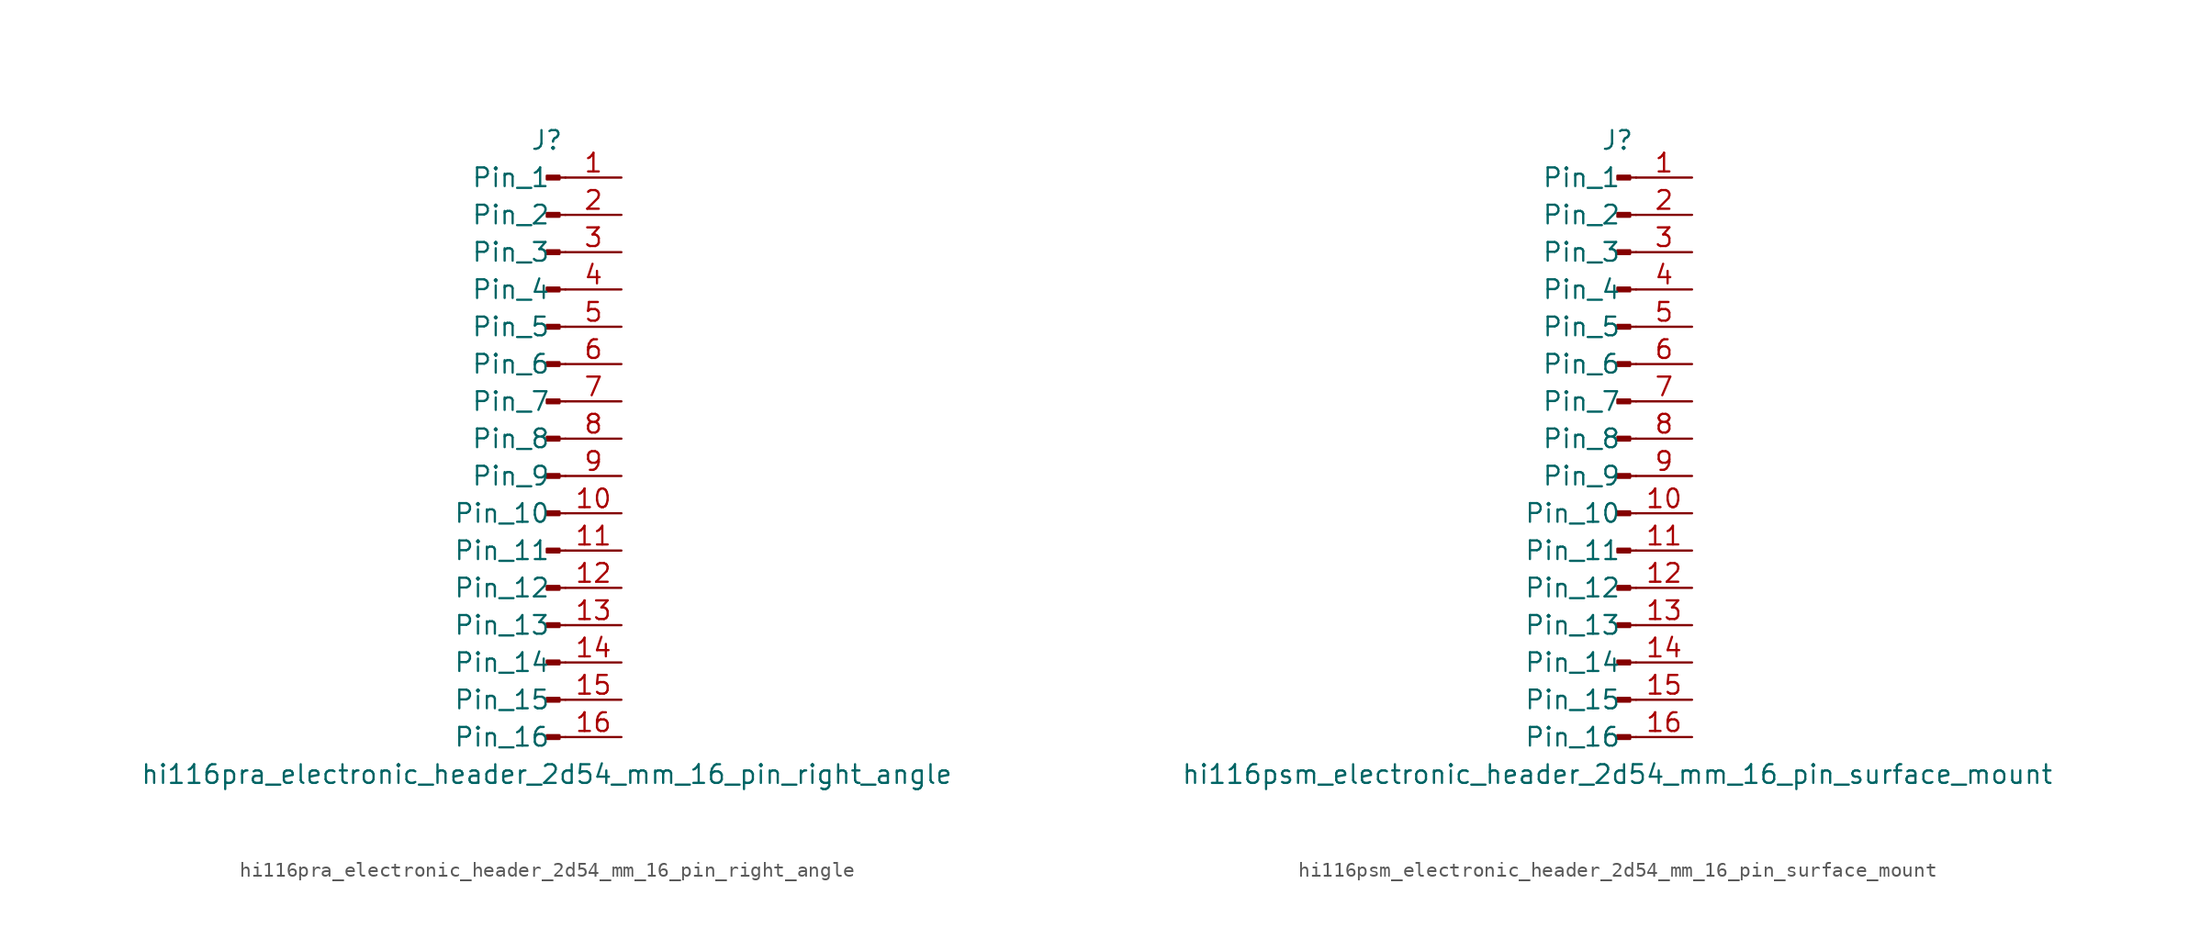
<source format=kicad_sym>
(kicad_symbol_lib
  (version 20220914)
  (generator kicad_symbol_editor)
  (symbol "hi116pra_electronic_header_2d54_mm_16_pin_right_angle"
    (pin_names
      (offset 1.016))
    (property "Reference" "J"
      (at 0 20.32 0)
      (effects (font (size 1.27 1.27))))
    (property "Value" "hi116pra_electronic_header_2d54_mm_16_pin_right_angle"
      (at 0 -22.86 0)
      (effects (font (size 1.27 1.27))))
    (property "ki_locked" ""
      (at 0 0 0)
      (effects (font (size 1.27 1.27))))
    (symbol "hi116pra_electronic_header_2d54_mm_16_pin_right_angle_1_1"
      (polyline (pts (xy 1.27 -20.32) (xy 0.864 -20.32)) (stroke (width 0.152) (type default)) (fill (type none)))
      (polyline (pts (xy 1.27 -17.78) (xy 0.864 -17.78)) (stroke (width 0.152) (type default)) (fill (type none)))
      (polyline (pts (xy 1.27 -15.24) (xy 0.864 -15.24)) (stroke (width 0.152) (type default)) (fill (type none)))
      (polyline (pts (xy 1.27 -12.7) (xy 0.864 -12.7)) (stroke (width 0.152) (type default)) (fill (type none)))
      (polyline (pts (xy 1.27 -10.16) (xy 0.864 -10.16)) (stroke (width 0.152) (type default)) (fill (type none)))
      (polyline (pts (xy 1.27 -7.62) (xy 0.864 -7.62)) (stroke (width 0.152) (type default)) (fill (type none)))
      (polyline (pts (xy 1.27 -5.08) (xy 0.864 -5.08)) (stroke (width 0.152) (type default)) (fill (type none)))
      (polyline (pts (xy 1.27 -2.54) (xy 0.864 -2.54)) (stroke (width 0.152) (type default)) (fill (type none)))
      (polyline (pts (xy 1.27 0) (xy 0.864 0)) (stroke (width 0.152) (type default)) (fill (type none)))
      (polyline (pts (xy 1.27 2.54) (xy 0.864 2.54)) (stroke (width 0.152) (type default)) (fill (type none)))
      (polyline (pts (xy 1.27 5.08) (xy 0.864 5.08)) (stroke (width 0.152) (type default)) (fill (type none)))
      (polyline (pts (xy 1.27 7.62) (xy 0.864 7.62)) (stroke (width 0.152) (type default)) (fill (type none)))
      (polyline (pts (xy 1.27 10.16) (xy 0.864 10.16)) (stroke (width 0.152) (type default)) (fill (type none)))
      (polyline (pts (xy 1.27 12.7) (xy 0.864 12.7)) (stroke (width 0.152) (type default)) (fill (type none)))
      (polyline (pts (xy 1.27 15.24) (xy 0.864 15.24)) (stroke (width 0.152) (type default)) (fill (type none)))
      (polyline (pts (xy 1.27 17.78) (xy 0.864 17.78)) (stroke (width 0.152) (type default)) (fill (type none)))
      (rectangle (start 0.864 -20.193) (end 0 -20.447) (stroke (width 0.152) (type default)) (fill (type outline)))
      (rectangle (start 0.864 -17.653) (end 0 -17.907) (stroke (width 0.152) (type default)) (fill (type outline)))
      (rectangle (start 0.864 -15.113) (end 0 -15.367) (stroke (width 0.152) (type default)) (fill (type outline)))
      (rectangle (start 0.864 -12.573) (end 0 -12.827) (stroke (width 0.152) (type default)) (fill (type outline)))
      (rectangle (start 0.864 -10.033) (end 0 -10.287) (stroke (width 0.152) (type default)) (fill (type outline)))
      (rectangle (start 0.864 -7.493) (end 0 -7.747) (stroke (width 0.152) (type default)) (fill (type outline)))
      (rectangle (start 0.864 -4.953) (end 0 -5.207) (stroke (width 0.152) (type default)) (fill (type outline)))
      (rectangle (start 0.864 -2.413) (end 0 -2.667) (stroke (width 0.152) (type default)) (fill (type outline)))
      (rectangle (start 0.864 0.127) (end 0 -0.127) (stroke (width 0.152) (type default)) (fill (type outline)))
      (rectangle (start 0.864 2.667) (end 0 2.413) (stroke (width 0.152) (type default)) (fill (type outline)))
      (rectangle (start 0.864 5.207) (end 0 4.953) (stroke (width 0.152) (type default)) (fill (type outline)))
      (rectangle (start 0.864 7.747) (end 0 7.493) (stroke (width 0.152) (type default)) (fill (type outline)))
      (rectangle (start 0.864 10.287) (end 0 10.033) (stroke (width 0.152) (type default)) (fill (type outline)))
      (rectangle (start 0.864 12.827) (end 0 12.573) (stroke (width 0.152) (type default)) (fill (type outline)))
      (rectangle (start 0.864 15.367) (end 0 15.113) (stroke (width 0.152) (type default)) (fill (type outline)))
      (rectangle (start 0.864 17.907) (end 0 17.653) (stroke (width 0.152) (type default)) (fill (type outline)))
      (pin passive line (at 5.08 17.78 180) (length 3.81) (name "Pin_1" (effects (font (size 1.27 1.27)))) (number "1" (effects (font (size 1.27 1.27)))))
      (pin passive line (at 5.08 -5.08 180) (length 3.81) (name "Pin_10" (effects (font (size 1.27 1.27)))) (number "10" (effects (font (size 1.27 1.27)))))
      (pin passive line (at 5.08 -7.62 180) (length 3.81) (name "Pin_11" (effects (font (size 1.27 1.27)))) (number "11" (effects (font (size 1.27 1.27)))))
      (pin passive line (at 5.08 -10.16 180) (length 3.81) (name "Pin_12" (effects (font (size 1.27 1.27)))) (number "12" (effects (font (size 1.27 1.27)))))
      (pin passive line (at 5.08 -12.7 180) (length 3.81) (name "Pin_13" (effects (font (size 1.27 1.27)))) (number "13" (effects (font (size 1.27 1.27)))))
      (pin passive line (at 5.08 -15.24 180) (length 3.81) (name "Pin_14" (effects (font (size 1.27 1.27)))) (number "14" (effects (font (size 1.27 1.27)))))
      (pin passive line (at 5.08 -17.78 180) (length 3.81) (name "Pin_15" (effects (font (size 1.27 1.27)))) (number "15" (effects (font (size 1.27 1.27)))))
      (pin passive line (at 5.08 -20.32 180) (length 3.81) (name "Pin_16" (effects (font (size 1.27 1.27)))) (number "16" (effects (font (size 1.27 1.27)))))
      (pin passive line (at 5.08 15.24 180) (length 3.81) (name "Pin_2" (effects (font (size 1.27 1.27)))) (number "2" (effects (font (size 1.27 1.27)))))
      (pin passive line (at 5.08 12.7 180) (length 3.81) (name "Pin_3" (effects (font (size 1.27 1.27)))) (number "3" (effects (font (size 1.27 1.27)))))
      (pin passive line (at 5.08 10.16 180) (length 3.81) (name "Pin_4" (effects (font (size 1.27 1.27)))) (number "4" (effects (font (size 1.27 1.27)))))
      (pin passive line (at 5.08 7.62 180) (length 3.81) (name "Pin_5" (effects (font (size 1.27 1.27)))) (number "5" (effects (font (size 1.27 1.27)))))
      (pin passive line (at 5.08 5.08 180) (length 3.81) (name "Pin_6" (effects (font (size 1.27 1.27)))) (number "6" (effects (font (size 1.27 1.27)))))
      (pin passive line (at 5.08 2.54 180) (length 3.81) (name "Pin_7" (effects (font (size 1.27 1.27)))) (number "7" (effects (font (size 1.27 1.27)))))
      (pin passive line (at 5.08 0 180) (length 3.81) (name "Pin_8" (effects (font (size 1.27 1.27)))) (number "8" (effects (font (size 1.27 1.27)))))
      (pin passive line (at 5.08 -2.54 180) (length 3.81) (name "Pin_9" (effects (font (size 1.27 1.27)))) (number "9" (effects (font (size 1.27 1.27)))))))
  (symbol "hi116psm_electronic_header_2d54_mm_16_pin_surface_mount"
    (pin_names
      (offset 1.016))
    (property "Reference" "J"
      (at 0 20.32 0)
      (effects (font (size 1.27 1.27))))
    (property "Value" "hi116psm_electronic_header_2d54_mm_16_pin_surface_mount"
      (at 0 -22.86 0)
      (effects (font (size 1.27 1.27))))
    (property "ki_locked" ""
      (at 0 0 0)
      (effects (font (size 1.27 1.27))))
    (symbol "hi116psm_electronic_header_2d54_mm_16_pin_surface_mount_1_1"
      (polyline (pts (xy 1.27 -20.32) (xy 0.864 -20.32)) (stroke (width 0.152) (type default)) (fill (type none)))
      (polyline (pts (xy 1.27 -17.78) (xy 0.864 -17.78)) (stroke (width 0.152) (type default)) (fill (type none)))
      (polyline (pts (xy 1.27 -15.24) (xy 0.864 -15.24)) (stroke (width 0.152) (type default)) (fill (type none)))
      (polyline (pts (xy 1.27 -12.7) (xy 0.864 -12.7)) (stroke (width 0.152) (type default)) (fill (type none)))
      (polyline (pts (xy 1.27 -10.16) (xy 0.864 -10.16)) (stroke (width 0.152) (type default)) (fill (type none)))
      (polyline (pts (xy 1.27 -7.62) (xy 0.864 -7.62)) (stroke (width 0.152) (type default)) (fill (type none)))
      (polyline (pts (xy 1.27 -5.08) (xy 0.864 -5.08)) (stroke (width 0.152) (type default)) (fill (type none)))
      (polyline (pts (xy 1.27 -2.54) (xy 0.864 -2.54)) (stroke (width 0.152) (type default)) (fill (type none)))
      (polyline (pts (xy 1.27 0) (xy 0.864 0)) (stroke (width 0.152) (type default)) (fill (type none)))
      (polyline (pts (xy 1.27 2.54) (xy 0.864 2.54)) (stroke (width 0.152) (type default)) (fill (type none)))
      (polyline (pts (xy 1.27 5.08) (xy 0.864 5.08)) (stroke (width 0.152) (type default)) (fill (type none)))
      (polyline (pts (xy 1.27 7.62) (xy 0.864 7.62)) (stroke (width 0.152) (type default)) (fill (type none)))
      (polyline (pts (xy 1.27 10.16) (xy 0.864 10.16)) (stroke (width 0.152) (type default)) (fill (type none)))
      (polyline (pts (xy 1.27 12.7) (xy 0.864 12.7)) (stroke (width 0.152) (type default)) (fill (type none)))
      (polyline (pts (xy 1.27 15.24) (xy 0.864 15.24)) (stroke (width 0.152) (type default)) (fill (type none)))
      (polyline (pts (xy 1.27 17.78) (xy 0.864 17.78)) (stroke (width 0.152) (type default)) (fill (type none)))
      (rectangle (start 0.864 -20.193) (end 0 -20.447) (stroke (width 0.152) (type default)) (fill (type outline)))
      (rectangle (start 0.864 -17.653) (end 0 -17.907) (stroke (width 0.152) (type default)) (fill (type outline)))
      (rectangle (start 0.864 -15.113) (end 0 -15.367) (stroke (width 0.152) (type default)) (fill (type outline)))
      (rectangle (start 0.864 -12.573) (end 0 -12.827) (stroke (width 0.152) (type default)) (fill (type outline)))
      (rectangle (start 0.864 -10.033) (end 0 -10.287) (stroke (width 0.152) (type default)) (fill (type outline)))
      (rectangle (start 0.864 -7.493) (end 0 -7.747) (stroke (width 0.152) (type default)) (fill (type outline)))
      (rectangle (start 0.864 -4.953) (end 0 -5.207) (stroke (width 0.152) (type default)) (fill (type outline)))
      (rectangle (start 0.864 -2.413) (end 0 -2.667) (stroke (width 0.152) (type default)) (fill (type outline)))
      (rectangle (start 0.864 0.127) (end 0 -0.127) (stroke (width 0.152) (type default)) (fill (type outline)))
      (rectangle (start 0.864 2.667) (end 0 2.413) (stroke (width 0.152) (type default)) (fill (type outline)))
      (rectangle (start 0.864 5.207) (end 0 4.953) (stroke (width 0.152) (type default)) (fill (type outline)))
      (rectangle (start 0.864 7.747) (end 0 7.493) (stroke (width 0.152) (type default)) (fill (type outline)))
      (rectangle (start 0.864 10.287) (end 0 10.033) (stroke (width 0.152) (type default)) (fill (type outline)))
      (rectangle (start 0.864 12.827) (end 0 12.573) (stroke (width 0.152) (type default)) (fill (type outline)))
      (rectangle (start 0.864 15.367) (end 0 15.113) (stroke (width 0.152) (type default)) (fill (type outline)))
      (rectangle (start 0.864 17.907) (end 0 17.653) (stroke (width 0.152) (type default)) (fill (type outline)))
      (pin passive line (at 5.08 17.78 180) (length 3.81) (name "Pin_1" (effects (font (size 1.27 1.27)))) (number "1" (effects (font (size 1.27 1.27)))))
      (pin passive line (at 5.08 -5.08 180) (length 3.81) (name "Pin_10" (effects (font (size 1.27 1.27)))) (number "10" (effects (font (size 1.27 1.27)))))
      (pin passive line (at 5.08 -7.62 180) (length 3.81) (name "Pin_11" (effects (font (size 1.27 1.27)))) (number "11" (effects (font (size 1.27 1.27)))))
      (pin passive line (at 5.08 -10.16 180) (length 3.81) (name "Pin_12" (effects (font (size 1.27 1.27)))) (number "12" (effects (font (size 1.27 1.27)))))
      (pin passive line (at 5.08 -12.7 180) (length 3.81) (name "Pin_13" (effects (font (size 1.27 1.27)))) (number "13" (effects (font (size 1.27 1.27)))))
      (pin passive line (at 5.08 -15.24 180) (length 3.81) (name "Pin_14" (effects (font (size 1.27 1.27)))) (number "14" (effects (font (size 1.27 1.27)))))
      (pin passive line (at 5.08 -17.78 180) (length 3.81) (name "Pin_15" (effects (font (size 1.27 1.27)))) (number "15" (effects (font (size 1.27 1.27)))))
      (pin passive line (at 5.08 -20.32 180) (length 3.81) (name "Pin_16" (effects (font (size 1.27 1.27)))) (number "16" (effects (font (size 1.27 1.27)))))
      (pin passive line (at 5.08 15.24 180) (length 3.81) (name "Pin_2" (effects (font (size 1.27 1.27)))) (number "2" (effects (font (size 1.27 1.27)))))
      (pin passive line (at 5.08 12.7 180) (length 3.81) (name "Pin_3" (effects (font (size 1.27 1.27)))) (number "3" (effects (font (size 1.27 1.27)))))
      (pin passive line (at 5.08 10.16 180) (length 3.81) (name "Pin_4" (effects (font (size 1.27 1.27)))) (number "4" (effects (font (size 1.27 1.27)))))
      (pin passive line (at 5.08 7.62 180) (length 3.81) (name "Pin_5" (effects (font (size 1.27 1.27)))) (number "5" (effects (font (size 1.27 1.27)))))
      (pin passive line (at 5.08 5.08 180) (length 3.81) (name "Pin_6" (effects (font (size 1.27 1.27)))) (number "6" (effects (font (size 1.27 1.27)))))
      (pin passive line (at 5.08 2.54 180) (length 3.81) (name "Pin_7" (effects (font (size 1.27 1.27)))) (number "7" (effects (font (size 1.27 1.27)))))
      (pin passive line (at 5.08 0 180) (length 3.81) (name "Pin_8" (effects (font (size 1.27 1.27)))) (number "8" (effects (font (size 1.27 1.27)))))
      (pin passive line (at 5.08 -2.54 180) (length 3.81) (name "Pin_9" (effects (font (size 1.27 1.27)))) (number "9" (effects (font (size 1.27 1.27))))))))
</source>
